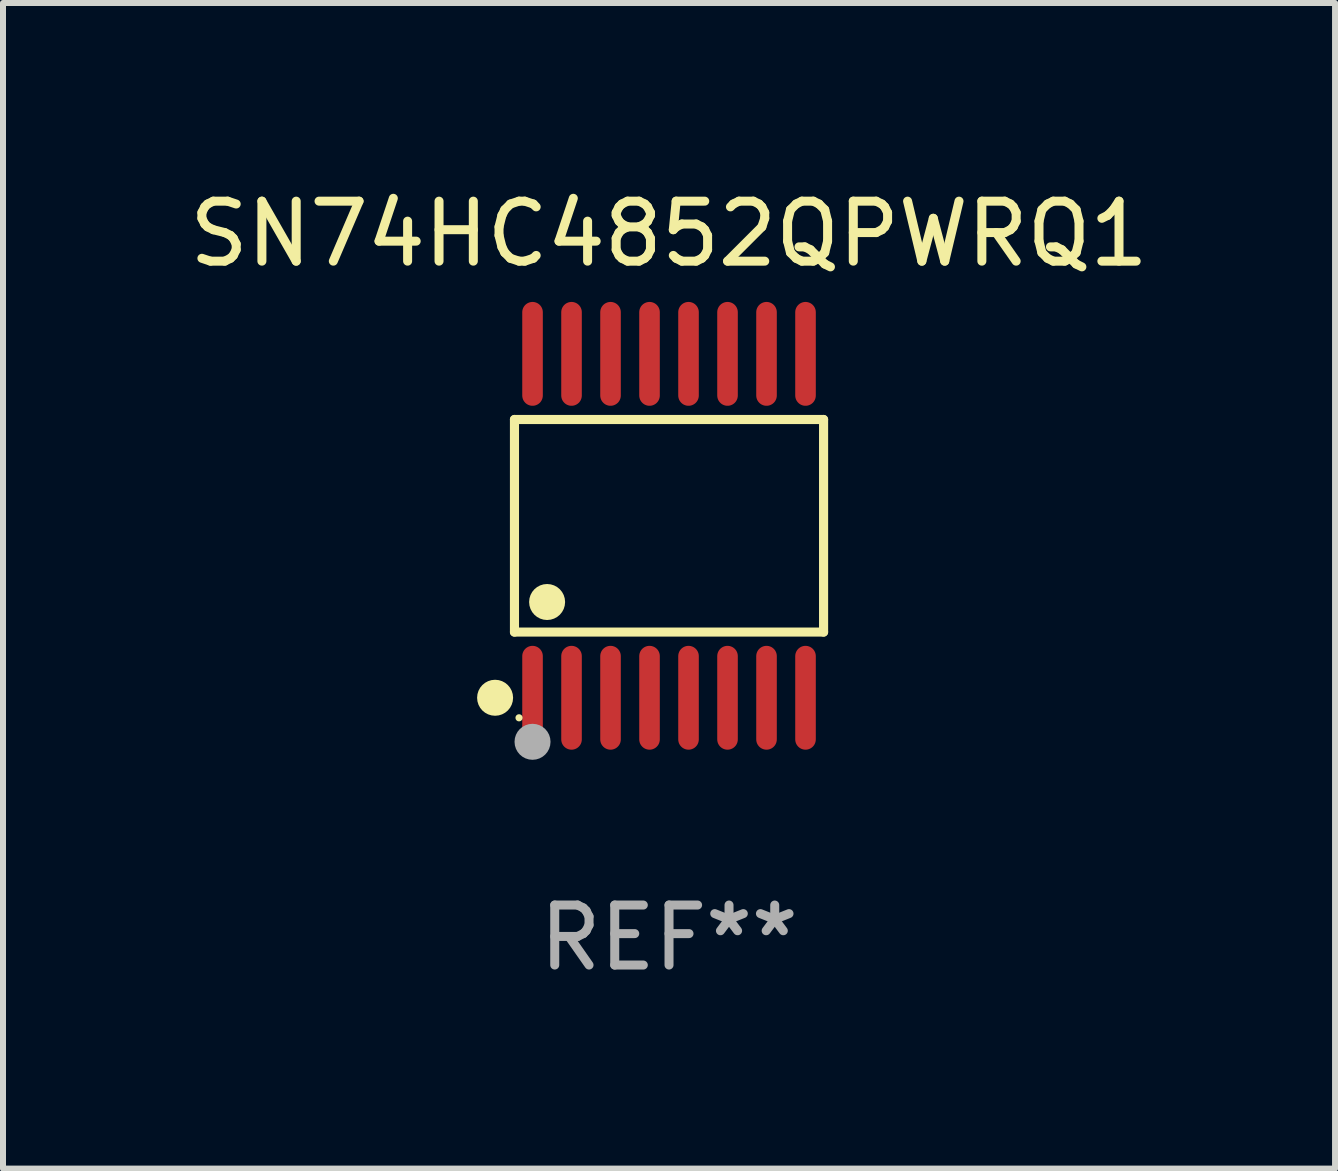
<source format=kicad_pcb>
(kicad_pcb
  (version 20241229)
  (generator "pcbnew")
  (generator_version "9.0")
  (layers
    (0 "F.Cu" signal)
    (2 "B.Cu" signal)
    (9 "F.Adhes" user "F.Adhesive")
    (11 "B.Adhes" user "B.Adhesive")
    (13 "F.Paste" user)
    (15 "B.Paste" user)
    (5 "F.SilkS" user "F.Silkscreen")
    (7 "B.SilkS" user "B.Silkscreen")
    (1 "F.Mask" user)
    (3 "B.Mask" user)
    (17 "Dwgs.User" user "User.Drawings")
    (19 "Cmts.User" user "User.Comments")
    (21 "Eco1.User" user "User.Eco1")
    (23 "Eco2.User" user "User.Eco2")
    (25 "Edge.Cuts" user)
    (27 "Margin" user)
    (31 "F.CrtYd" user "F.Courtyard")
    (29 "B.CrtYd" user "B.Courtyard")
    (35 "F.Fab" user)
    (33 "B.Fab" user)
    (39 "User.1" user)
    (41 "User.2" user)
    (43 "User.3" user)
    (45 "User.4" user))
  (footprint "SN74HC4852QPWRQ1"
    (layer "F.Cu")
    (at 8.101 5.714)
    (property "Reference" "SN74HC4852QPWRQ1" (at 0 -4.866 0) (layer "F.SilkS") (effects (font (size 1 1) (thickness 0.15))))
    (attr through_hole)
    (fp_line (start -2.576 -1.772) (end 2.576 -1.772) (stroke (width 0.152) (type solid)) (layer "F.SilkS"))
    (fp_line (start -2.576 1.771) (end -2.576 -1.772) (stroke (width 0.152) (type solid)) (layer "F.SilkS"))
    (fp_line (start 2.576 -1.772) (end 2.576 1.771) (stroke (width 0.152) (type solid)) (layer "F.SilkS"))
    (fp_line (start 2.576 1.771) (end -2.576 1.771) (stroke (width 0.152) (type solid)) (layer "F.SilkS"))
    (fp_circle (center -2.899 2.866) (end -2.749 2.866) (stroke (width 0.3) (type solid)) (fill no) (layer "F.SilkS"))
    (fp_circle (center -2.5 3.2) (end -2.47 3.2) (stroke (width 0.06) (type solid)) (fill no) (layer "F.SilkS"))
    (fp_circle (center -2.032 1.27) (end -1.882 1.27) (stroke (width 0.3) (type solid)) (fill no) (layer "F.SilkS"))
    (fp_circle (center -2.275 3.6) (end -2.125 3.6) (stroke (width 0.3) (type solid)) (fill no) (layer "F.Fab"))
    (fp_text user "REF**" (at 0 6.866 0) (layer "F.Fab") (effects (font (size 1 1) (thickness 0.15))))
    (pad "1" smd oval (at -2.275 2.866) (size 0.343 1.731) (layers "F.Cu" "F.Mask" "F.Paste"))
    (pad "2" smd oval (at -1.625 2.866) (size 0.343 1.731) (layers "F.Cu" "F.Mask" "F.Paste"))
    (pad "3" smd oval (at -0.975 2.866) (size 0.343 1.731) (layers "F.Cu" "F.Mask" "F.Paste"))
    (pad "4" smd oval (at -0.325 2.866) (size 0.343 1.731) (layers "F.Cu" "F.Mask" "F.Paste"))
    (pad "5" smd oval (at 0.325 2.866) (size 0.343 1.731) (layers "F.Cu" "F.Mask" "F.Paste"))
    (pad "6" smd oval (at 0.975 2.866) (size 0.343 1.731) (layers "F.Cu" "F.Mask" "F.Paste"))
    (pad "7" smd oval (at 1.625 2.866) (size 0.343 1.731) (layers "F.Cu" "F.Mask" "F.Paste"))
    (pad "8" smd oval (at 2.275 2.866) (size 0.343 1.731) (layers "F.Cu" "F.Mask" "F.Paste"))
    (pad "9" smd oval (at 2.275 -2.866) (size 0.343 1.731) (layers "F.Cu" "F.Mask" "F.Paste"))
    (pad "10" smd oval (at 1.625 -2.866) (size 0.343 1.731) (layers "F.Cu" "F.Mask" "F.Paste"))
    (pad "11" smd oval (at 0.975 -2.866) (size 0.343 1.731) (layers "F.Cu" "F.Mask" "F.Paste"))
    (pad "12" smd oval (at 0.325 -2.866) (size 0.343 1.731) (layers "F.Cu" "F.Mask" "F.Paste"))
    (pad "13" smd oval (at -0.325 -2.866) (size 0.343 1.731) (layers "F.Cu" "F.Mask" "F.Paste"))
    (pad "14" smd oval (at -0.975 -2.866) (size 0.343 1.731) (layers "F.Cu" "F.Mask" "F.Paste"))
    (pad "15" smd oval (at -1.625 -2.866) (size 0.343 1.731) (layers "F.Cu" "F.Mask" "F.Paste"))
    (pad "16" smd oval (at -2.275 -2.866) (size 0.343 1.731) (layers "F.Cu" "F.Mask" "F.Paste")))
  (gr_rect
    (start -3 -3)
    (end 19.202 16.428)
    (stroke (width 0.1) (type default))
    (fill no)
    (layer "Edge.Cuts")))
</source>
